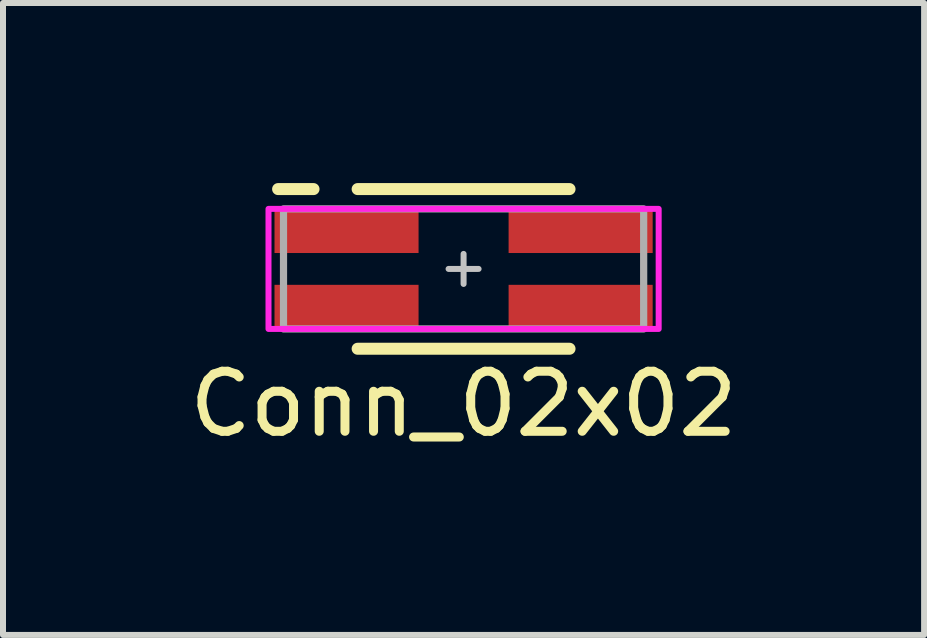
<source format=kicad_pcb>
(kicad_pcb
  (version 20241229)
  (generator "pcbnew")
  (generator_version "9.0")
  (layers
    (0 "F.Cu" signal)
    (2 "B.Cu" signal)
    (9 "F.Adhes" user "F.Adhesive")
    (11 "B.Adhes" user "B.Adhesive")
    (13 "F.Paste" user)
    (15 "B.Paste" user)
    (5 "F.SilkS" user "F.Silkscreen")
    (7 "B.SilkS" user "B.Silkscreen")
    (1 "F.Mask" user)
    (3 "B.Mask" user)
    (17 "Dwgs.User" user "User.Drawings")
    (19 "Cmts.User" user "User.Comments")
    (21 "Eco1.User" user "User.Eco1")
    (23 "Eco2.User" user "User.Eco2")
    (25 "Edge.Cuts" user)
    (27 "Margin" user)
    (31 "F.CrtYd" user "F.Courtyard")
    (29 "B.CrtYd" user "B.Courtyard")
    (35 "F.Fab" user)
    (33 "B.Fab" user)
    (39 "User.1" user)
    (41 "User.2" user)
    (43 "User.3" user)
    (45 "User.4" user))
  (footprint "Conn_02x02"
    (layer "F.Cu")
    (at 4.673 1.43)
    (property "Reference" "Conn_02x02" (at 0 2.25 0) (unlocked yes) (layer "F.SilkS") (effects (font (size 1 1) (thickness 0.15))))
    (attr through_hole)
    (fp_line (start -3.09 -1.33) (end -2.5 -1.33) (stroke (width 0.2) (type solid)) (layer "F.SilkS"))
    (fp_line (start -1.765 -1.33) (end 1.765 -1.33) (stroke (width 0.2) (type solid)) (layer "F.SilkS"))
    (fp_line (start -1.765 1.33) (end 1.765 1.33) (stroke (width 0.2) (type solid)) (layer "F.SilkS"))
    (fp_line (start -0.25 0) (end 0.25 0) (stroke (width 0.1) (type solid)) (layer "Dwgs.User"))
    (fp_line (start 0 -0.25) (end 0 0.25) (stroke (width 0.1) (type solid)) (layer "Dwgs.User"))
    (fp_rect (start -3.25 -1) (end 3.25 1) (stroke (width 0.1) (type solid)) (fill no) (layer "F.CrtYd"))
    (fp_rect (start -3 -1) (end 3 1) (stroke (width 0.12) (type solid)) (fill no) (layer "F.Fab"))
    (pad "1" smd rect (at -1.95 -0.635 180) (size 2.4 0.74) (layers "F.Cu" "F.Mask" "F.Paste"))
    (pad "2" smd rect (at 1.95 -0.635 180) (size 2.4 0.74) (layers "F.Cu" "F.Mask" "F.Paste"))
    (pad "3" smd rect (at -1.95 0.635 180) (size 2.4 0.74) (layers "F.Cu" "F.Mask" "F.Paste"))
    (pad "4" smd rect (at 1.95 0.635 180) (size 2.4 0.74) (layers "F.Cu" "F.Mask" "F.Paste")))
  (gr_rect
    (start -3 -3)
    (end 12.345 7.528)
    (stroke (width 0.1) (type default))
    (fill no)
    (layer "Edge.Cuts")))
</source>
